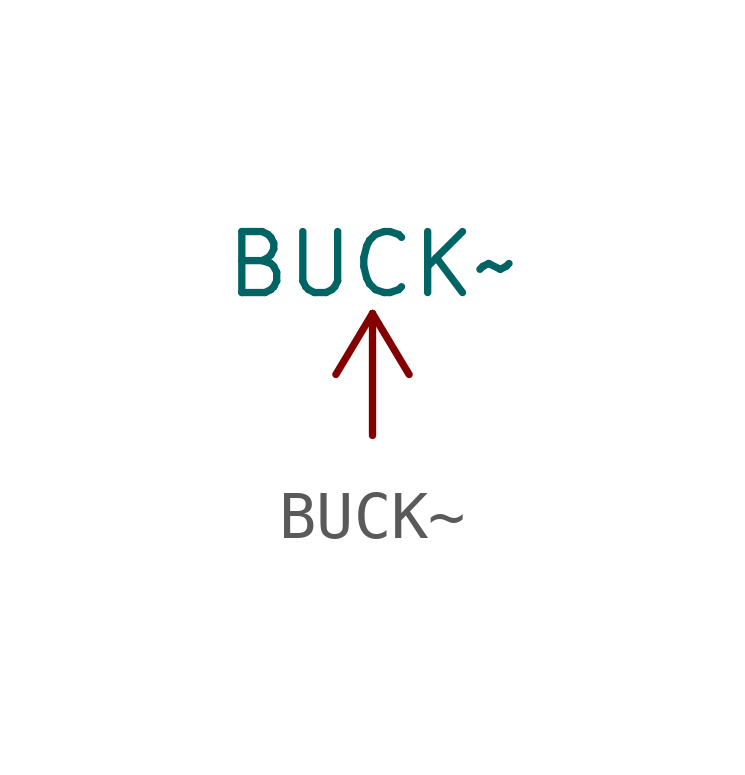
<source format=kicad_sym>
(kicad_symbol_lib
  (version 20220914)
  (generator kicad_symbol_editor)
  (symbol "BUCK~"
    (power)
    (property "Reference" "#PWR?"
      (at -3.302 -2.54 0)
      (effects (font (size 1.27 1.27)) hide))
    (property "Value" "BUCK~"
      (at 0 3.556 0)
      (effects (font (size 1.27 1.27))))
    (symbol "BUCK~_0_1"
      (polyline (pts (xy -0.762 1.27) (xy 0 2.54)) (stroke (width 0) (type default)) (fill (type none)))
      (polyline (pts (xy 0 0) (xy 0 2.54)) (stroke (width 0) (type default)) (fill (type none)))
      (polyline (pts (xy 0 2.54) (xy 0.762 1.27)) (stroke (width 0) (type default)) (fill (type none))))
    (symbol "BUCK~_1_1"
      (pin power_in line (at 0 0 90) (length 2.54) hide (name "BUCK~" (effects (font (size 1.27 1.27)))) (number "1" (effects (font (size 1.27 1.27))))))))
</source>
